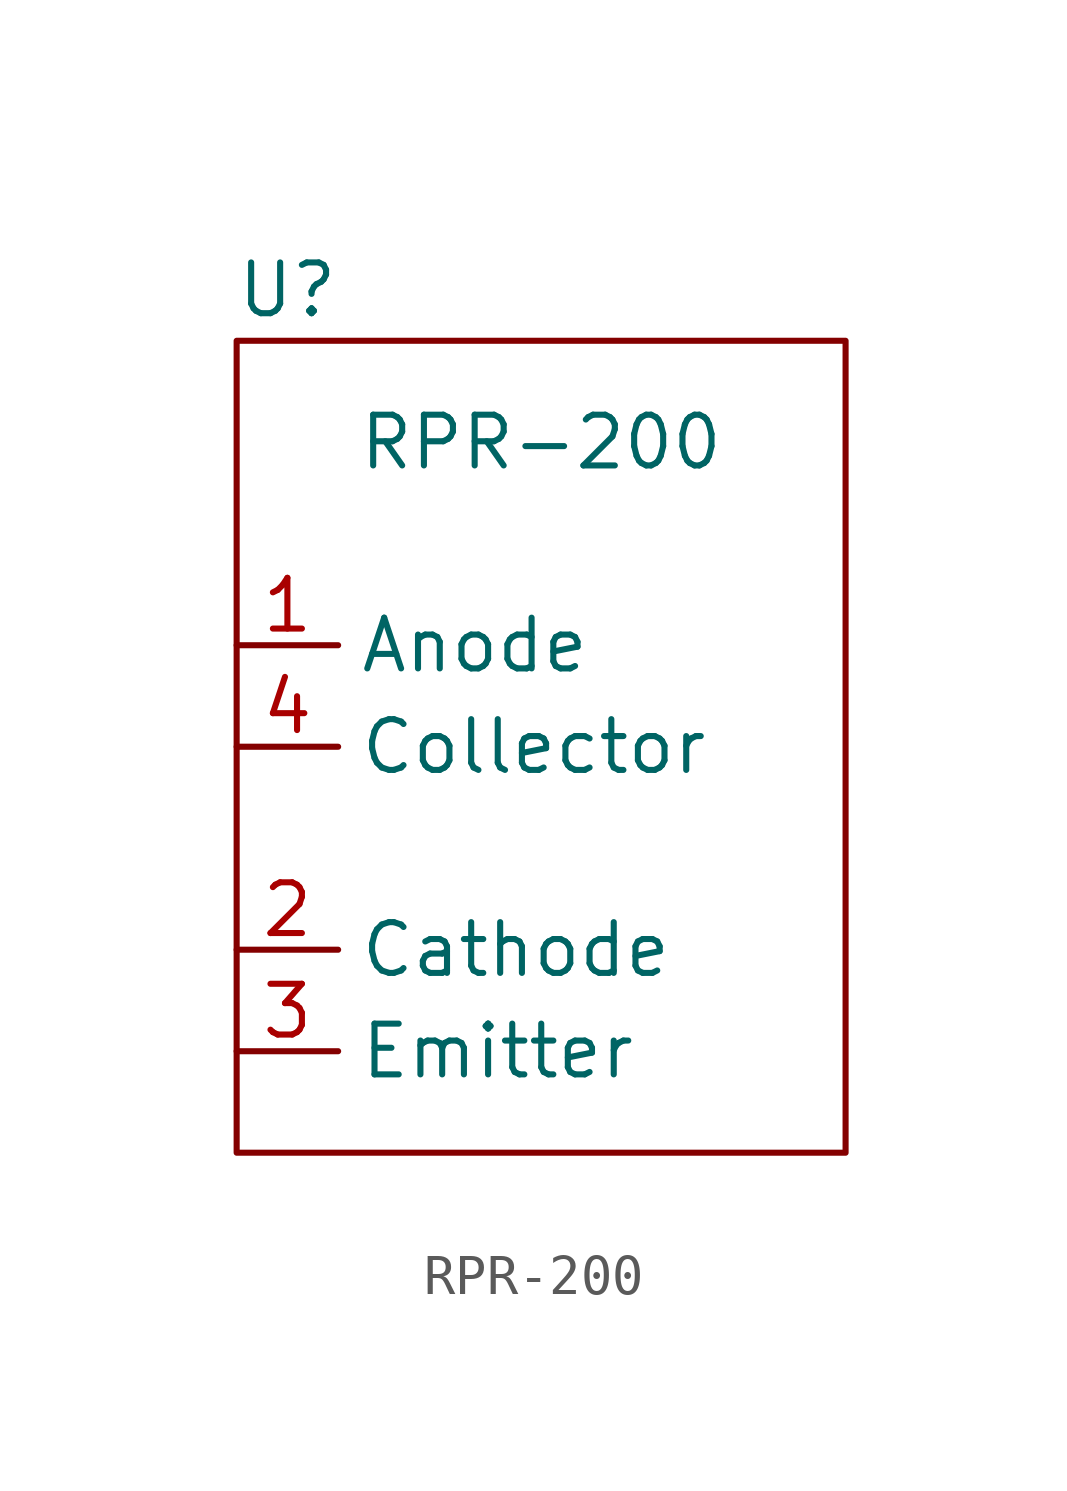
<source format=kicad_sym>
(kicad_symbol_lib
  (version 20211014)
  (generator kicad_symbol_editor)
  (symbol "RPR-200"
    (property "Reference" "U"
      (at 1.27 1.27 0)
      (effects (font (size 1.27 1.27))))
    (property "Value" "RPR-200"
      (at 7.62 -2.54 0)
      (effects (font (size 1.27 1.27))))
    (symbol "RPR-200_0_1"
      (rectangle (start 0 0) (end 15.24 -20.32) (stroke (width 0) (type default) (color 0 0 0 0)) (fill (type none))))
    (symbol "RPR-200_1_1"
      (pin power_in line (at 0 -7.62 0) (length 2.54) (name "Anode" (effects (font (size 1.27 1.27)))) (number "1" (effects (font (size 1.27 1.27)))))
      (pin power_out line (at 0 -15.24 0) (length 2.54) (name "Cathode" (effects (font (size 1.27 1.27)))) (number "2" (effects (font (size 1.27 1.27)))))
      (pin open_emitter line (at 0 -17.78 0) (length 2.54) (name "Emitter" (effects (font (size 1.27 1.27)))) (number "3" (effects (font (size 1.27 1.27)))))
      (pin open_collector line (at 0 -10.16 0) (length 2.54) (name "Collector" (effects (font (size 1.27 1.27)))) (number "4" (effects (font (size 1.27 1.27))))))))
</source>
